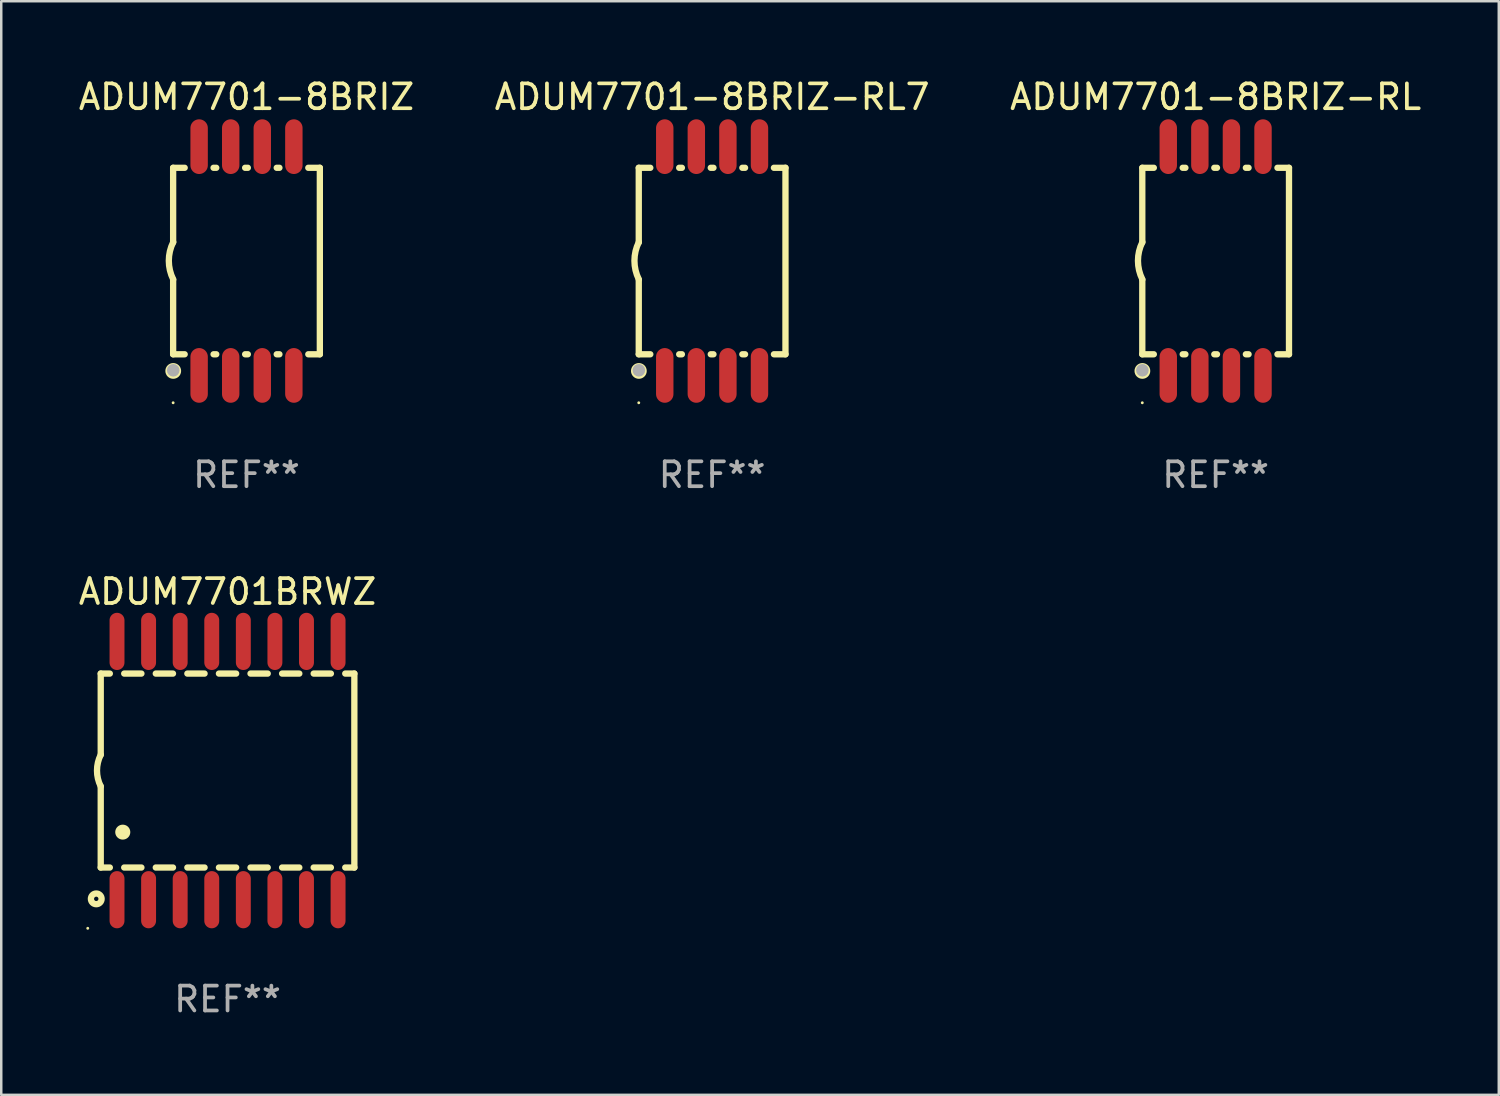
<source format=kicad_pcb>
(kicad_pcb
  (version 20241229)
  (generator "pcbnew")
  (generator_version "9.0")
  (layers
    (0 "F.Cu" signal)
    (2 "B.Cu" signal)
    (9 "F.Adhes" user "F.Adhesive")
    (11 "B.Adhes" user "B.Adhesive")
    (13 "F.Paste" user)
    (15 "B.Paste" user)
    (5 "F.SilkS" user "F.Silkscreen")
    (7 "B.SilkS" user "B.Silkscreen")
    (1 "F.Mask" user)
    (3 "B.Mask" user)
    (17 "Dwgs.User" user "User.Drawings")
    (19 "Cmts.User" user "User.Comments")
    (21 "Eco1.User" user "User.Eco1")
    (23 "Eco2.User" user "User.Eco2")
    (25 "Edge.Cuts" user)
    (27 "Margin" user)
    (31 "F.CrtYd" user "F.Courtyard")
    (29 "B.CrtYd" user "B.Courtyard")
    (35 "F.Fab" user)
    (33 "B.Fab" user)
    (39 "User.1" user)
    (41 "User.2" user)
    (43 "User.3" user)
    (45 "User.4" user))
  (footprint "ADUM7701-8BRIZ-RL"
    (layer "F.Cu")
    (at 45.839 7.448)
    (property "Reference" "ADUM7701-8BRIZ-RL" (at 0 -6.6 0) (layer "F.SilkS") (effects (font (size 1 1) (thickness 0.15))))
    (attr through_hole)
    (fp_line (start -2.95 -3.75) (end -2.95 -0.75) (stroke (width 0.254) (type solid)) (layer "F.SilkS"))
    (fp_line (start -2.95 -3.75) (end -2.486 -3.75) (stroke (width 0.254) (type solid)) (layer "F.SilkS"))
    (fp_line (start -2.95 3.75) (end -2.95 0.75) (stroke (width 0.254) (type solid)) (layer "F.SilkS"))
    (fp_line (start -2.95 3.75) (end -2.486 3.75) (stroke (width 0.254) (type solid)) (layer "F.SilkS"))
    (fp_line (start -1.324 3.75) (end -1.216 3.75) (stroke (width 0.254) (type solid)) (layer "F.SilkS"))
    (fp_line (start -1.324 -3.75) (end -1.216 -3.75) (stroke (width 0.254) (type solid)) (layer "F.SilkS"))
    (fp_line (start -0.054 -3.75) (end 0.054 -3.75) (stroke (width 0.254) (type solid)) (layer "F.SilkS"))
    (fp_line (start -0.054 3.75) (end 0.054 3.75) (stroke (width 0.254) (type solid)) (layer "F.SilkS"))
    (fp_line (start 1.216 3.75) (end 1.324 3.75) (stroke (width 0.254) (type solid)) (layer "F.SilkS"))
    (fp_line (start 1.216 -3.75) (end 1.324 -3.75) (stroke (width 0.254) (type solid)) (layer "F.SilkS"))
    (fp_line (start 2.486 3.75) (end 2.95 3.75) (stroke (width 0.254) (type solid)) (layer "F.SilkS"))
    (fp_line (start 2.95 -3.75) (end 2.486 -3.75) (stroke (width 0.254) (type solid)) (layer "F.SilkS"))
    (fp_line (start 2.95 -3.75) (end 2.95 3.75) (stroke (width 0.254) (type solid)) (layer "F.SilkS"))
    (fp_arc (start -2.946711 0.738583) (mid -3.123727 -0.011746) (end -2.946406 -0.762002) (stroke (width 0.254001) (type solid)) (layer "F.SilkS"))
    (fp_circle (center -2.95 5.7) (end -2.92 5.7) (stroke (width 0.06) (type solid)) (fill no) (layer "F.SilkS"))
    (fp_circle (center -2.946 4.42) (end -2.756 4.42) (stroke (width 0.254) (type solid)) (fill no) (layer "F.SilkS"))
    (fp_circle (center -2.946 4.394) (end -2.819 4.394) (stroke (width 0.254) (type solid)) (fill no) (layer "F.Fab"))
    (fp_text user "REF**" (at 0 8.6 0) (layer "F.Fab") (effects (font (size 1 1) (thickness 0.15))))
    (pad "1" smd oval (at -1.905 4.6 180) (size 0.7 2.2) (layers "F.Cu" "F.Mask" "F.Paste"))
    (pad "2" smd oval (at -0.635 4.6 180) (size 0.7 2.2) (layers "F.Cu" "F.Mask" "F.Paste"))
    (pad "3" smd oval (at 0.635 4.6 180) (size 0.7 2.2) (layers "F.Cu" "F.Mask" "F.Paste"))
    (pad "4" smd oval (at 1.905 4.6 180) (size 0.7 2.2) (layers "F.Cu" "F.Mask" "F.Paste"))
    (pad "5" smd oval (at 1.905 -4.6 180) (size 0.7 2.2) (layers "F.Cu" "F.Mask" "F.Paste"))
    (pad "6" smd oval (at 0.635 -4.6 180) (size 0.7 2.2) (layers "F.Cu" "F.Mask" "F.Paste"))
    (pad "7" smd oval (at -0.635 -4.6 180) (size 0.7 2.2) (layers "F.Cu" "F.Mask" "F.Paste"))
    (pad "8" smd oval (at -1.905 -4.6 180) (size 0.7 2.2) (layers "F.Cu" "F.Mask" "F.Paste")))
  (footprint "ADUM7701BRWZ"
    (layer "F.Cu")
    (at 6.101 27.939)
    (property "Reference" "ADUM7701BRWZ" (at 0 -7.194 0) (layer "F.SilkS") (effects (font (size 1 1) (thickness 0.15))))
    (attr through_hole)
    (fp_line (start -5.1 -3.9) (end -5.1 -0.635) (stroke (width 0.254) (type solid)) (layer "F.SilkS"))
    (fp_line (start -5.1 -3.9) (end -4.734 -3.9) (stroke (width 0.254) (type solid)) (layer "F.SilkS"))
    (fp_line (start -5.1 3.9) (end -5.1 0.635) (stroke (width 0.254) (type solid)) (layer "F.SilkS"))
    (fp_line (start -5.1 3.9) (end -4.734 3.9) (stroke (width 0.254) (type solid)) (layer "F.SilkS"))
    (fp_line (start -4.156 -3.9) (end -3.464 -3.9) (stroke (width 0.254) (type solid)) (layer "F.SilkS"))
    (fp_line (start -4.156 3.9) (end -3.464 3.9) (stroke (width 0.254) (type solid)) (layer "F.SilkS"))
    (fp_line (start -2.886 -3.9) (end -2.194 -3.9) (stroke (width 0.254) (type solid)) (layer "F.SilkS"))
    (fp_line (start -2.886 3.9) (end -2.194 3.9) (stroke (width 0.254) (type solid)) (layer "F.SilkS"))
    (fp_line (start -1.616 -3.9) (end -0.924 -3.9) (stroke (width 0.254) (type solid)) (layer "F.SilkS"))
    (fp_line (start -1.616 3.9) (end -0.924 3.9) (stroke (width 0.254) (type solid)) (layer "F.SilkS"))
    (fp_line (start -0.346 -3.9) (end 0.346 -3.9) (stroke (width 0.254) (type solid)) (layer "F.SilkS"))
    (fp_line (start -0.346 3.9) (end 0.346 3.9) (stroke (width 0.254) (type solid)) (layer "F.SilkS"))
    (fp_line (start 0.924 -3.9) (end 1.616 -3.9) (stroke (width 0.254) (type solid)) (layer "F.SilkS"))
    (fp_line (start 0.924 3.9) (end 1.616 3.9) (stroke (width 0.254) (type solid)) (layer "F.SilkS"))
    (fp_line (start 2.194 -3.9) (end 2.886 -3.9) (stroke (width 0.254) (type solid)) (layer "F.SilkS"))
    (fp_line (start 2.194 3.9) (end 2.886 3.9) (stroke (width 0.254) (type solid)) (layer "F.SilkS"))
    (fp_line (start 3.464 -3.9) (end 4.156 -3.9) (stroke (width 0.254) (type solid)) (layer "F.SilkS"))
    (fp_line (start 3.464 3.9) (end 4.156 3.9) (stroke (width 0.254) (type solid)) (layer "F.SilkS"))
    (fp_line (start 4.734 -3.9) (end 5.1 -3.9) (stroke (width 0.254) (type solid)) (layer "F.SilkS"))
    (fp_line (start 4.734 3.9) (end 5.1 3.9) (stroke (width 0.254) (type solid)) (layer "F.SilkS"))
    (fp_line (start 5.1 3.9) (end 5.1 -3.9) (stroke (width 0.254) (type solid)) (layer "F.SilkS"))
    (fp_arc (start -5.100343 0.635002) (mid -5.25016 -0.00003) (end -5.100089 -0.635001) (stroke (width 0.254001) (type solid)) (layer "F.SilkS"))
    (fp_arc (start -4.216421 2.476505) (mid -4.213881 2.476494) (end -4.211341 2.476505) (stroke (width 0.6) (type solid)) (layer "F.SilkS"))
    (fp_circle (center -5.622 6.344) (end -5.592 6.344) (stroke (width 0.06) (type solid)) (fill no) (layer "F.SilkS"))
    (fp_circle (center -5.28 5.16) (end -5.065 5.16) (stroke (width 0.254) (type solid)) (fill no) (layer "F.SilkS"))
    (fp_text user "REF**" (at 0 9.194 0) (layer "F.Fab") (effects (font (size 1 1) (thickness 0.15))))
    (pad "1" smd oval (at -4.445 5.194 180) (size 0.6 2.3) (layers "F.Cu" "F.Mask" "F.Paste"))
    (pad "2" smd oval (at -3.175 5.194 180) (size 0.6 2.3) (layers "F.Cu" "F.Mask" "F.Paste"))
    (pad "3" smd oval (at -1.905 5.194 180) (size 0.6 2.3) (layers "F.Cu" "F.Mask" "F.Paste"))
    (pad "4" smd oval (at -0.635 5.194 180) (size 0.6 2.3) (layers "F.Cu" "F.Mask" "F.Paste"))
    (pad "5" smd oval (at 0.635 5.194 180) (size 0.6 2.3) (layers "F.Cu" "F.Mask" "F.Paste"))
    (pad "6" smd oval (at 1.905 5.194 180) (size 0.6 2.3) (layers "F.Cu" "F.Mask" "F.Paste"))
    (pad "7" smd oval (at 3.175 5.194 180) (size 0.6 2.3) (layers "F.Cu" "F.Mask" "F.Paste"))
    (pad "8" smd oval (at 4.445 5.194 180) (size 0.6 2.3) (layers "F.Cu" "F.Mask" "F.Paste"))
    (pad "9" smd oval (at 4.445 -5.194 180) (size 0.6 2.3) (layers "F.Cu" "F.Mask" "F.Paste"))
    (pad "10" smd oval (at 3.175 -5.194 180) (size 0.6 2.3) (layers "F.Cu" "F.Mask" "F.Paste"))
    (pad "11" smd oval (at 1.905 -5.194 180) (size 0.6 2.3) (layers "F.Cu" "F.Mask" "F.Paste"))
    (pad "12" smd oval (at 0.635 -5.194 180) (size 0.6 2.3) (layers "F.Cu" "F.Mask" "F.Paste"))
    (pad "13" smd oval (at -0.635 -5.194 180) (size 0.6 2.3) (layers "F.Cu" "F.Mask" "F.Paste"))
    (pad "14" smd oval (at -1.905 -5.194 180) (size 0.6 2.3) (layers "F.Cu" "F.Mask" "F.Paste"))
    (pad "15" smd oval (at -3.175 -5.194 180) (size 0.6 2.3) (layers "F.Cu" "F.Mask" "F.Paste"))
    (pad "16" smd oval (at -4.445 -5.194 180) (size 0.6 2.3) (layers "F.Cu" "F.Mask" "F.Paste")))
  (footprint "ADUM7701-8BRIZ-RL7"
    (layer "F.Cu")
    (at 25.589 7.448)
    (property "Reference" "ADUM7701-8BRIZ-RL7" (at 0 -6.6 0) (layer "F.SilkS") (effects (font (size 1 1) (thickness 0.15))))
    (attr through_hole)
    (fp_line (start -2.95 -3.75) (end -2.95 -0.75) (stroke (width 0.254) (type solid)) (layer "F.SilkS"))
    (fp_line (start -2.95 -3.75) (end -2.486 -3.75) (stroke (width 0.254) (type solid)) (layer "F.SilkS"))
    (fp_line (start -2.95 3.75) (end -2.95 0.75) (stroke (width 0.254) (type solid)) (layer "F.SilkS"))
    (fp_line (start -2.95 3.75) (end -2.486 3.75) (stroke (width 0.254) (type solid)) (layer "F.SilkS"))
    (fp_line (start -1.324 3.75) (end -1.216 3.75) (stroke (width 0.254) (type solid)) (layer "F.SilkS"))
    (fp_line (start -1.324 -3.75) (end -1.216 -3.75) (stroke (width 0.254) (type solid)) (layer "F.SilkS"))
    (fp_line (start -0.054 -3.75) (end 0.054 -3.75) (stroke (width 0.254) (type solid)) (layer "F.SilkS"))
    (fp_line (start -0.054 3.75) (end 0.054 3.75) (stroke (width 0.254) (type solid)) (layer "F.SilkS"))
    (fp_line (start 1.216 3.75) (end 1.324 3.75) (stroke (width 0.254) (type solid)) (layer "F.SilkS"))
    (fp_line (start 1.216 -3.75) (end 1.324 -3.75) (stroke (width 0.254) (type solid)) (layer "F.SilkS"))
    (fp_line (start 2.486 3.75) (end 2.95 3.75) (stroke (width 0.254) (type solid)) (layer "F.SilkS"))
    (fp_line (start 2.95 -3.75) (end 2.486 -3.75) (stroke (width 0.254) (type solid)) (layer "F.SilkS"))
    (fp_line (start 2.95 -3.75) (end 2.95 3.75) (stroke (width 0.254) (type solid)) (layer "F.SilkS"))
    (fp_arc (start -2.946711 0.738583) (mid -3.123727 -0.011746) (end -2.946406 -0.762002) (stroke (width 0.254001) (type solid)) (layer "F.SilkS"))
    (fp_circle (center -2.95 5.7) (end -2.92 5.7) (stroke (width 0.06) (type solid)) (fill no) (layer "F.SilkS"))
    (fp_circle (center -2.946 4.42) (end -2.756 4.42) (stroke (width 0.254) (type solid)) (fill no) (layer "F.SilkS"))
    (fp_circle (center -2.946 4.394) (end -2.819 4.394) (stroke (width 0.254) (type solid)) (fill no) (layer "F.Fab"))
    (fp_text user "REF**" (at 0 8.6 0) (layer "F.Fab") (effects (font (size 1 1) (thickness 0.15))))
    (pad "1" smd oval (at -1.905 4.6 180) (size 0.7 2.2) (layers "F.Cu" "F.Mask" "F.Paste"))
    (pad "2" smd oval (at -0.635 4.6 180) (size 0.7 2.2) (layers "F.Cu" "F.Mask" "F.Paste"))
    (pad "3" smd oval (at 0.635 4.6 180) (size 0.7 2.2) (layers "F.Cu" "F.Mask" "F.Paste"))
    (pad "4" smd oval (at 1.905 4.6 180) (size 0.7 2.2) (layers "F.Cu" "F.Mask" "F.Paste"))
    (pad "5" smd oval (at 1.905 -4.6 180) (size 0.7 2.2) (layers "F.Cu" "F.Mask" "F.Paste"))
    (pad "6" smd oval (at 0.635 -4.6 180) (size 0.7 2.2) (layers "F.Cu" "F.Mask" "F.Paste"))
    (pad "7" smd oval (at -0.635 -4.6 180) (size 0.7 2.2) (layers "F.Cu" "F.Mask" "F.Paste"))
    (pad "8" smd oval (at -1.905 -4.6 180) (size 0.7 2.2) (layers "F.Cu" "F.Mask" "F.Paste")))
  (footprint "ADUM7701-8BRIZ"
    (layer "F.Cu")
    (at 6.863 7.448)
    (property "Reference" "ADUM7701-8BRIZ" (at 0 -6.6 0) (layer "F.SilkS") (effects (font (size 1 1) (thickness 0.15))))
    (attr through_hole)
    (fp_line (start -2.95 -3.75) (end -2.95 -0.75) (stroke (width 0.254) (type solid)) (layer "F.SilkS"))
    (fp_line (start -2.95 -3.75) (end -2.486 -3.75) (stroke (width 0.254) (type solid)) (layer "F.SilkS"))
    (fp_line (start -2.95 3.75) (end -2.95 0.75) (stroke (width 0.254) (type solid)) (layer "F.SilkS"))
    (fp_line (start -2.95 3.75) (end -2.486 3.75) (stroke (width 0.254) (type solid)) (layer "F.SilkS"))
    (fp_line (start -1.324 3.75) (end -1.216 3.75) (stroke (width 0.254) (type solid)) (layer "F.SilkS"))
    (fp_line (start -1.324 -3.75) (end -1.216 -3.75) (stroke (width 0.254) (type solid)) (layer "F.SilkS"))
    (fp_line (start -0.054 -3.75) (end 0.054 -3.75) (stroke (width 0.254) (type solid)) (layer "F.SilkS"))
    (fp_line (start -0.054 3.75) (end 0.054 3.75) (stroke (width 0.254) (type solid)) (layer "F.SilkS"))
    (fp_line (start 1.216 3.75) (end 1.324 3.75) (stroke (width 0.254) (type solid)) (layer "F.SilkS"))
    (fp_line (start 1.216 -3.75) (end 1.324 -3.75) (stroke (width 0.254) (type solid)) (layer "F.SilkS"))
    (fp_line (start 2.486 3.75) (end 2.95 3.75) (stroke (width 0.254) (type solid)) (layer "F.SilkS"))
    (fp_line (start 2.95 -3.75) (end 2.486 -3.75) (stroke (width 0.254) (type solid)) (layer "F.SilkS"))
    (fp_line (start 2.95 -3.75) (end 2.95 3.75) (stroke (width 0.254) (type solid)) (layer "F.SilkS"))
    (fp_arc (start -2.946711 0.738583) (mid -3.123727 -0.011746) (end -2.946406 -0.762002) (stroke (width 0.254001) (type solid)) (layer "F.SilkS"))
    (fp_circle (center -2.95 5.7) (end -2.92 5.7) (stroke (width 0.06) (type solid)) (fill no) (layer "F.SilkS"))
    (fp_circle (center -2.946 4.42) (end -2.756 4.42) (stroke (width 0.254) (type solid)) (fill no) (layer "F.SilkS"))
    (fp_circle (center -2.946 4.394) (end -2.819 4.394) (stroke (width 0.254) (type solid)) (fill no) (layer "F.Fab"))
    (fp_text user "REF**" (at 0 8.6 0) (layer "F.Fab") (effects (font (size 1 1) (thickness 0.15))))
    (pad "1" smd oval (at -1.905 4.6 180) (size 0.7 2.2) (layers "F.Cu" "F.Mask" "F.Paste"))
    (pad "2" smd oval (at -0.635 4.6 180) (size 0.7 2.2) (layers "F.Cu" "F.Mask" "F.Paste"))
    (pad "3" smd oval (at 0.635 4.6 180) (size 0.7 2.2) (layers "F.Cu" "F.Mask" "F.Paste"))
    (pad "4" smd oval (at 1.905 4.6 180) (size 0.7 2.2) (layers "F.Cu" "F.Mask" "F.Paste"))
    (pad "5" smd oval (at 1.905 -4.6 180) (size 0.7 2.2) (layers "F.Cu" "F.Mask" "F.Paste"))
    (pad "6" smd oval (at 0.635 -4.6 180) (size 0.7 2.2) (layers "F.Cu" "F.Mask" "F.Paste"))
    (pad "7" smd oval (at -0.635 -4.6 180) (size 0.7 2.2) (layers "F.Cu" "F.Mask" "F.Paste"))
    (pad "8" smd oval (at -1.905 -4.6 180) (size 0.7 2.2) (layers "F.Cu" "F.Mask" "F.Paste")))
  (gr_rect
    (start -3 -3)
    (end 57.226 40.982)
    (stroke (width 0.1) (type default))
    (fill no)
    (layer "Edge.Cuts")))
</source>
